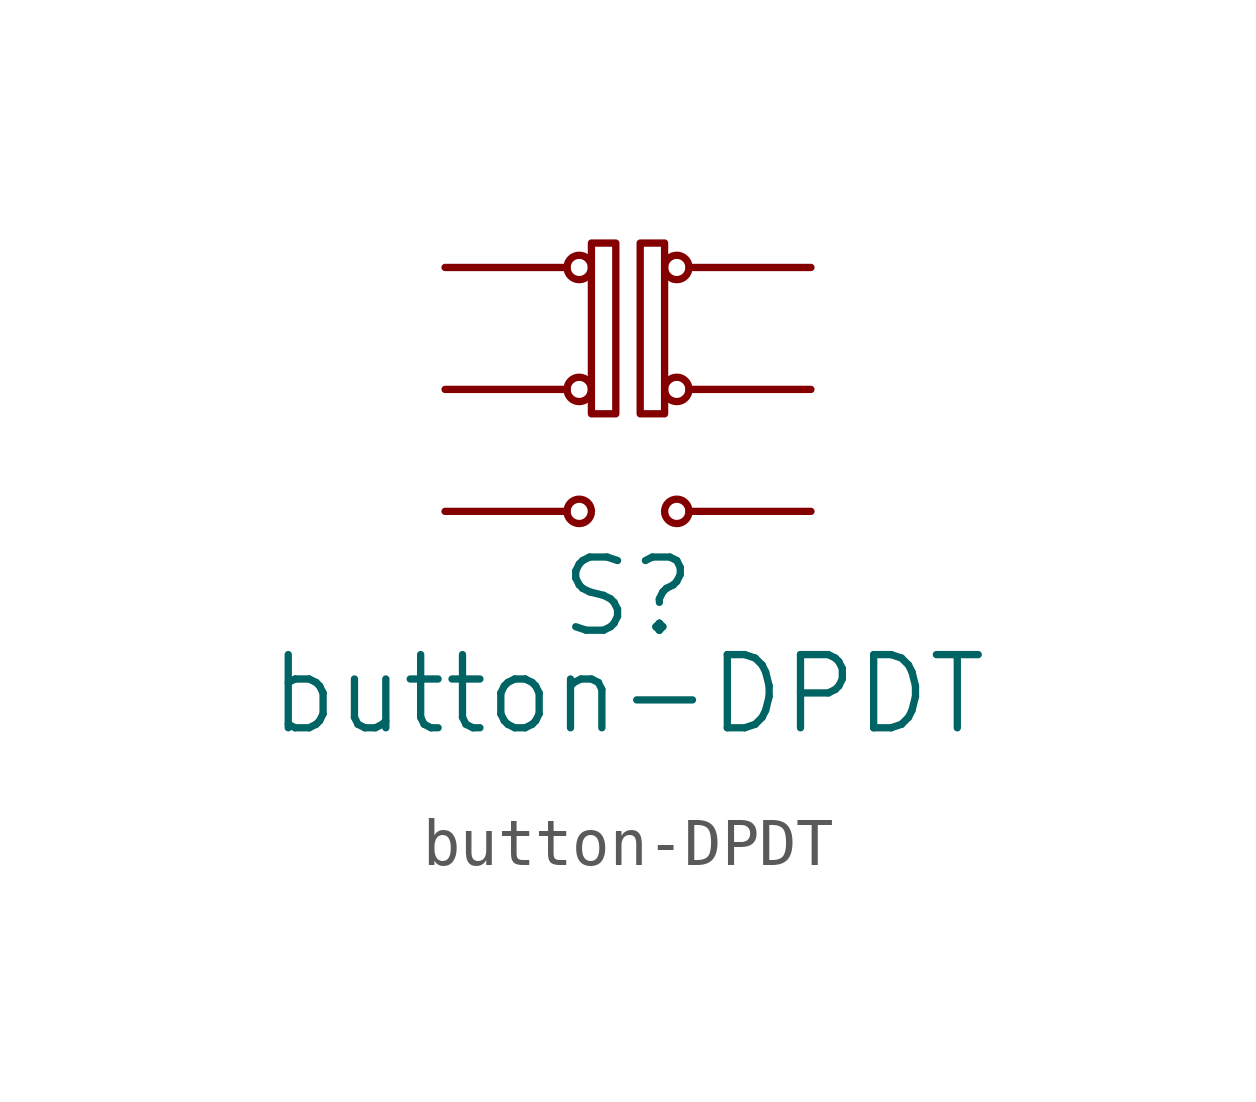
<source format=kicad_sym>
(kicad_symbol_lib
  (version 20211014)
  (generator kicad_symbol_editor)
  (symbol "button-DPDT"
    (pin_numbers hide)
    (pin_names
      (offset 1.016))
    (property "Reference" "S"
      (at 0 -4.318 0)
      (effects (font (size 1.524 1.524))))
    (property "Value" "button-DPDT"
      (at 0 -6.35 0)
      (effects (font (size 1.524 1.524))))
    (symbol "button-DPDT_0_1"
      (circle (center -1.016 -2.54) (radius 0.254) (stroke (width 0) (type default) (color 0 0 0 0)) (fill (type none)))
      (circle (center -1.016 0) (radius 0.254) (stroke (width 0) (type default) (color 0 0 0 0)) (fill (type none)))
      (circle (center -1.016 2.54) (radius 0.254) (stroke (width 0) (type default) (color 0 0 0 0)) (fill (type none)))
      (polyline (pts (xy -0.762 3.048) (xy -0.254 3.048) (xy -0.254 -0.508) (xy -0.762 -0.508) (xy -0.762 3.048)) (stroke (width 0) (type default) (color 0 0 0 0)) (fill (type none)))
      (polyline (pts (xy 0.762 3.048) (xy 0.762 -0.508) (xy 0.254 -0.508) (xy 0.254 3.048) (xy 0.762 3.048)) (stroke (width 0) (type default) (color 0 0 0 0)) (fill (type none)))
      (circle (center 1.016 -2.54) (radius 0.254) (stroke (width 0) (type default) (color 0 0 0 0)) (fill (type none)))
      (circle (center 1.016 0) (radius 0.254) (stroke (width 0) (type default) (color 0 0 0 0)) (fill (type none)))
      (circle (center 1.016 2.54) (radius 0.254) (stroke (width 0) (type default) (color 0 0 0 0)) (fill (type none))))
    (symbol "button-DPDT_1_1"
      (pin passive line (at -3.81 2.54 0) (length 2.54) (name "~" (effects (font (size 1.27 1.27)))) (number "1A" (effects (font (size 1.27 1.27)))))
      (pin passive line (at -3.81 -2.54 0) (length 2.54) (name "~" (effects (font (size 1.27 1.27)))) (number "1B" (effects (font (size 1.27 1.27)))))
      (pin passive line (at -3.81 0 0) (length 2.54) (name "~" (effects (font (size 1.27 1.27)))) (number "1COM" (effects (font (size 1.27 1.27)))))
      (pin passive line (at 3.81 2.54 180) (length 2.54) (name "~" (effects (font (size 1.27 1.27)))) (number "2A" (effects (font (size 1.27 1.27)))))
      (pin passive line (at 3.81 -2.54 180) (length 2.54) (name "~" (effects (font (size 1.27 1.27)))) (number "2B" (effects (font (size 1.27 1.27)))))
      (pin passive line (at 3.81 0 180) (length 2.54) (name "~" (effects (font (size 1.27 1.27)))) (number "2COM" (effects (font (size 1.27 1.27))))))))
</source>
